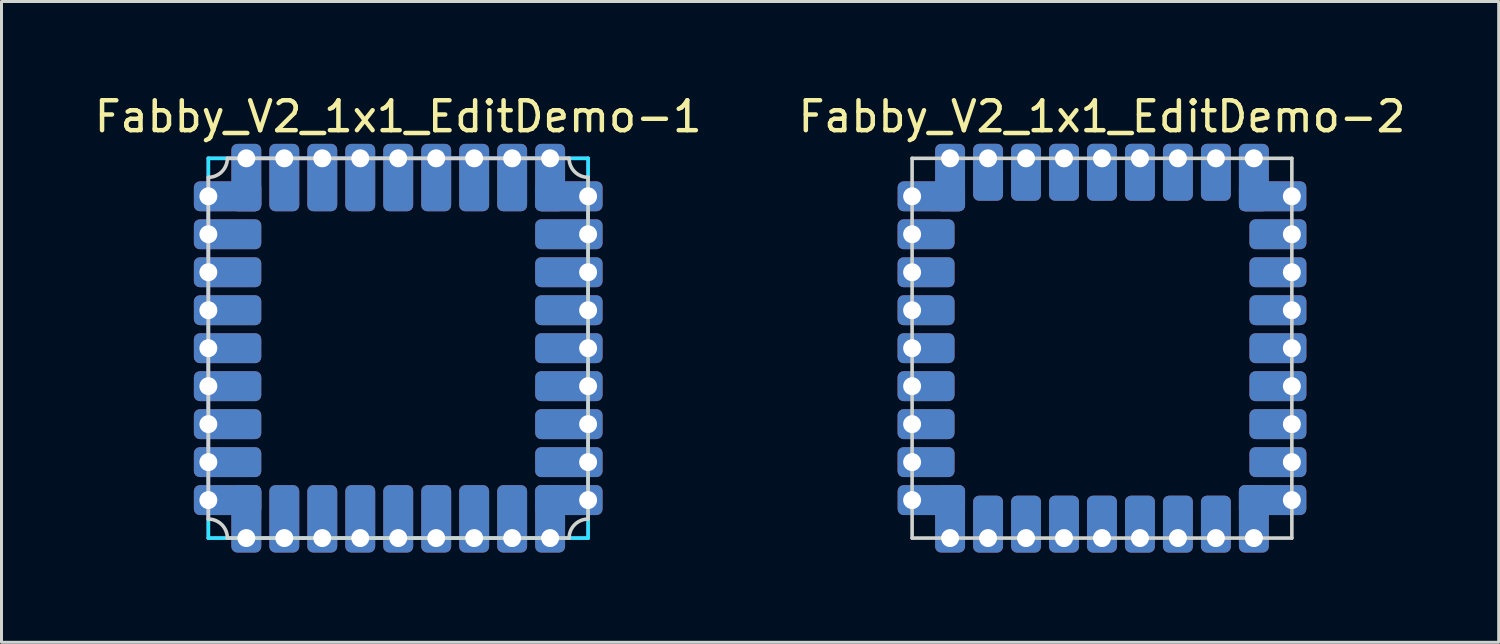
<source format=kicad_pcb>
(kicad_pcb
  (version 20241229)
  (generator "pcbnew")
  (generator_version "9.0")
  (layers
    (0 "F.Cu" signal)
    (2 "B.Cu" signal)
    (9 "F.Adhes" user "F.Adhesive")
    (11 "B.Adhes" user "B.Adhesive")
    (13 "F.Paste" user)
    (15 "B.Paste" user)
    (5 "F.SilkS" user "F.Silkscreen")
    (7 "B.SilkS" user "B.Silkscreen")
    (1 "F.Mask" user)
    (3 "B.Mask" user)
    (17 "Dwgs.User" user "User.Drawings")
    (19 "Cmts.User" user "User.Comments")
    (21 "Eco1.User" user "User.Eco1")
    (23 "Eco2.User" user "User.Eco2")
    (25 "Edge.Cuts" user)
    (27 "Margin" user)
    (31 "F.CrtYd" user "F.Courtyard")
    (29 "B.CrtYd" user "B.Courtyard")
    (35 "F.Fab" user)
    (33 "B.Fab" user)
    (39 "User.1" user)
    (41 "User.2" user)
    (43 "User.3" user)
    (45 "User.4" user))
  (footprint "Fabby_V2_1x1_EditDemo-1"
    (layer "F.Cu")
    (at 10.268 8.595)
    (property "Reference" "Fabby_V2_1x1_EditDemo-1" (at 0 -7.747 0) (layer "F.SilkS") (effects (font (size 1 1) (thickness 0.15))))
    (attr through_hole)
    (fp_line (start -6.35 -5.715) (end -6.35 5.715) (stroke (width 0.12) (type solid)) (layer "Edge.Cuts"))
    (fp_line (start -5.715 -6.35) (end 5.715 -6.35) (stroke (width 0.12) (type solid)) (layer "Edge.Cuts"))
    (fp_line (start 5.715 6.35) (end -5.715 6.35) (stroke (width 0.12) (type solid)) (layer "Edge.Cuts"))
    (fp_line (start 6.35 -5.715) (end 6.35 5.715) (stroke (width 0.12) (type solid)) (layer "Edge.Cuts"))
    (fp_arc (start -6.35 5.715) (mid -5.900987 5.900987) (end -5.715 6.35) (stroke (width 0.12) (type solid)) (layer "Edge.Cuts"))
    (fp_arc (start -5.715 -6.35) (mid -5.900987 -5.900987) (end -6.35 -5.715) (stroke (width 0.12) (type solid)) (layer "Edge.Cuts"))
    (fp_arc (start 5.715 6.35) (mid 5.900987 5.900987) (end 6.35 5.715) (stroke (width 0.12) (type solid)) (layer "Edge.Cuts"))
    (fp_arc (start 6.35 -5.715) (mid 5.900987 -5.900987) (end 5.715 -6.35) (stroke (width 0.12) (type solid)) (layer "Edge.Cuts"))
    (fp_line (start -6.35 -6.35) (end 6.35 -6.35) (stroke (width 0.12) (type solid)) (layer "B.CrtYd"))
    (fp_line (start -6.35 6.35) (end -6.35 -6.35) (stroke (width 0.12) (type solid)) (layer "B.CrtYd"))
    (fp_line (start 6.35 -6.35) (end 6.35 6.35) (stroke (width 0.12) (type solid)) (layer "B.CrtYd"))
    (fp_line (start 6.35 6.35) (end -6.35 6.35) (stroke (width 0.12) (type solid)) (layer "B.CrtYd"))
    (fp_line (start -6.35 -6.35) (end 6.35 -6.35) (stroke (width 0.12) (type solid)) (layer "F.CrtYd"))
    (fp_line (start -6.35 6.35) (end -6.35 -6.35) (stroke (width 0.12) (type solid)) (layer "F.CrtYd"))
    (fp_line (start 6.35 -6.35) (end 6.35 6.35) (stroke (width 0.12) (type solid)) (layer "F.CrtYd"))
    (fp_line (start 6.35 6.35) (end -6.35 6.35) (stroke (width 0.12) (type solid)) (layer "F.CrtYd"))
    (pad "1" thru_hole roundrect (at -6.35 -5.08 270) (size 1 2.254) (drill 0.6 (offset 0 -0.643)) (layers "*.Cu" "*.Mask") (roundrect_rratio 0.2))
    (pad "1" thru_hole roundrect (at -5.08 -6.35 180) (size 1 2.254) (drill 0.6 (offset 0 -0.643)) (layers "*.Cu" "*.Mask") (roundrect_rratio 0.2))
    (pad "2" thru_hole roundrect (at -6.35 -3.81 270) (size 1 2.254) (drill 0.6 (offset 0 -0.643)) (layers "*.Cu" "*.Mask") (roundrect_rratio 0.2))
    (pad "3" thru_hole roundrect (at -6.35 -2.54 270) (size 1 2.254) (drill 0.6 (offset 0 -0.643)) (layers "*.Cu" "*.Mask") (roundrect_rratio 0.2))
    (pad "4" thru_hole roundrect (at -6.35 -1.27 270) (size 1 2.254) (drill 0.6 (offset 0 -0.643)) (layers "*.Cu" "*.Mask") (roundrect_rratio 0.2))
    (pad "5" thru_hole roundrect (at -6.35 0 270) (size 1 2.254) (drill 0.6 (offset 0 -0.643)) (layers "*.Cu" "*.Mask") (roundrect_rratio 0.2))
    (pad "6" thru_hole roundrect (at -6.35 1.27 270) (size 1 2.254) (drill 0.6 (offset 0 -0.643)) (layers "*.Cu" "*.Mask") (roundrect_rratio 0.2))
    (pad "7" thru_hole roundrect (at -6.35 2.54 270) (size 1 2.254) (drill 0.6 (offset 0 -0.643)) (layers "*.Cu" "*.Mask") (roundrect_rratio 0.2))
    (pad "8" thru_hole roundrect (at -6.35 3.81 270) (size 1 2.254) (drill 0.6 (offset 0 -0.643)) (layers "*.Cu" "*.Mask") (roundrect_rratio 0.2))
    (pad "9" thru_hole roundrect (at -6.35 5.08 270) (size 1 2.254) (drill 0.6 (offset 0 -0.643)) (layers "*.Cu" "*.Mask") (roundrect_rratio 0.2))
    (pad "9" thru_hole roundrect (at -5.08 6.35) (size 1 2.254) (drill 0.6 (offset 0 -0.643)) (layers "*.Cu" "*.Mask") (roundrect_rratio 0.2))
    (pad "10" thru_hole roundrect (at -3.81 6.35) (size 1 2.254) (drill 0.6 (offset 0 -0.643)) (layers "*.Cu" "*.Mask") (roundrect_rratio 0.2))
    (pad "11" thru_hole roundrect (at -2.54 6.35) (size 1 2.254) (drill 0.6 (offset 0 -0.643)) (layers "*.Cu" "*.Mask") (roundrect_rratio 0.2))
    (pad "12" thru_hole roundrect (at -1.27 6.35) (size 1 2.254) (drill 0.6 (offset 0 -0.643)) (layers "*.Cu" "*.Mask") (roundrect_rratio 0.2))
    (pad "13" thru_hole roundrect (at 0 6.35) (size 1 2.254) (drill 0.6 (offset 0 -0.643)) (layers "*.Cu" "*.Mask") (roundrect_rratio 0.2))
    (pad "14" thru_hole roundrect (at 1.27 6.35) (size 1 2.254) (drill 0.6 (offset 0 -0.643)) (layers "*.Cu" "*.Mask") (roundrect_rratio 0.2))
    (pad "15" thru_hole roundrect (at 2.54 6.35) (size 1 2.254) (drill 0.6 (offset 0 -0.643)) (layers "*.Cu" "*.Mask") (roundrect_rratio 0.2))
    (pad "16" thru_hole roundrect (at 3.81 6.35) (size 1 2.254) (drill 0.6 (offset 0 -0.643)) (layers "*.Cu" "*.Mask") (roundrect_rratio 0.2))
    (pad "17" thru_hole roundrect (at 5.08 6.35) (size 1 2.254) (drill 0.6 (offset 0 -0.643)) (layers "*.Cu" "*.Mask") (roundrect_rratio 0.2))
    (pad "17" thru_hole roundrect (at 6.35 5.08 90) (size 1 2.254) (drill 0.6 (offset 0 -0.643)) (layers "*.Cu" "*.Mask") (roundrect_rratio 0.2))
    (pad "18" thru_hole roundrect (at 6.35 3.81 90) (size 1 2.254) (drill 0.6 (offset 0 -0.643)) (layers "*.Cu" "*.Mask") (roundrect_rratio 0.2))
    (pad "19" thru_hole roundrect (at 6.35 2.54 90) (size 1 2.254) (drill 0.6 (offset 0 -0.643)) (layers "*.Cu" "*.Mask") (roundrect_rratio 0.2))
    (pad "20" thru_hole roundrect (at 6.35 1.27 90) (size 1 2.254) (drill 0.6 (offset 0 -0.643)) (layers "*.Cu" "*.Mask") (roundrect_rratio 0.2))
    (pad "21" thru_hole roundrect (at 6.35 0 90) (size 1 2.254) (drill 0.6 (offset 0 -0.643)) (layers "*.Cu" "*.Mask") (roundrect_rratio 0.2))
    (pad "22" thru_hole roundrect (at 6.35 -1.27 90) (size 1 2.254) (drill 0.6 (offset 0 -0.643)) (layers "*.Cu" "*.Mask") (roundrect_rratio 0.2))
    (pad "23" thru_hole roundrect (at 6.35 -2.54 90) (size 1 2.254) (drill 0.6 (offset 0 -0.643)) (layers "*.Cu" "*.Mask") (roundrect_rratio 0.2))
    (pad "24" thru_hole roundrect (at 6.35 -3.81 90) (size 1 2.254) (drill 0.6 (offset 0 -0.643)) (layers "*.Cu" "*.Mask") (roundrect_rratio 0.2))
    (pad "25" thru_hole roundrect (at 5.08 -6.35 180) (size 1 2.254) (drill 0.6 (offset 0 -0.643)) (layers "*.Cu" "*.Mask") (roundrect_rratio 0.2))
    (pad "25" thru_hole roundrect (at 6.35 -5.08 90) (size 1 2.254) (drill 0.6 (offset 0 -0.643)) (layers "*.Cu" "*.Mask") (roundrect_rratio 0.2))
    (pad "26" thru_hole roundrect (at 3.81 -6.35 180) (size 1 2.254) (drill 0.6 (offset 0 -0.643)) (layers "*.Cu" "*.Mask") (roundrect_rratio 0.2))
    (pad "27" thru_hole roundrect (at 2.54 -6.35 180) (size 1 2.254) (drill 0.6 (offset 0 -0.643)) (layers "*.Cu" "*.Mask") (roundrect_rratio 0.2))
    (pad "28" thru_hole roundrect (at 1.27 -6.35 180) (size 1 2.254) (drill 0.6 (offset 0 -0.643)) (layers "*.Cu" "*.Mask") (roundrect_rratio 0.2))
    (pad "29" thru_hole roundrect (at 0 -6.35 180) (size 1 2.254) (drill 0.6 (offset 0 -0.643)) (layers "*.Cu" "*.Mask") (roundrect_rratio 0.2))
    (pad "30" thru_hole roundrect (at -1.27 -6.35 180) (size 1 2.254) (drill 0.6 (offset 0 -0.643)) (layers "*.Cu" "*.Mask") (roundrect_rratio 0.2))
    (pad "31" thru_hole roundrect (at -2.54 -6.35 180) (size 1 2.254) (drill 0.6 (offset 0 -0.643)) (layers "*.Cu" "*.Mask") (roundrect_rratio 0.2))
    (pad "32" thru_hole roundrect (at -3.81 -6.35 180) (size 1 2.254) (drill 0.6 (offset 0 -0.643)) (layers "*.Cu" "*.Mask") (roundrect_rratio 0.2)))
  (footprint "Fabby_V2_1x1_EditDemo-2"
    (layer "F.Cu")
    (at 33.804 8.595)
    (property "Reference" "Fabby_V2_1x1_EditDemo-2" (at 0 -7.747 0) (layer "F.SilkS") (effects (font (size 1 1) (thickness 0.15))))
    (attr through_hole)
    (fp_line (start -6.35 -6.35) (end -6.35 6.35) (stroke (width 0.12) (type solid)) (layer "Edge.Cuts"))
    (fp_line (start -6.35 -6.35) (end 6.35 -6.35) (stroke (width 0.12) (type solid)) (layer "Edge.Cuts"))
    (fp_line (start 6.35 -6.35) (end 6.35 6.35) (stroke (width 0.12) (type solid)) (layer "Edge.Cuts"))
    (fp_line (start 6.35 6.35) (end -6.35 6.35) (stroke (width 0.12) (type solid)) (layer "Edge.Cuts"))
    (pad "1" thru_hole roundrect (at -6.35 -5.08 270) (size 1 2.254) (drill 0.6 (offset 0 -0.643)) (layers "*.Cu" "*.Mask") (roundrect_rratio 0.2))
    (pad "1" thru_hole roundrect (at -5.08 -6.35 180) (size 1 2.254) (drill 0.6 (offset 0 -0.643)) (layers "*.Cu" "*.Mask") (roundrect_rratio 0.2))
    (pad "2" thru_hole roundrect (at -6.35 -3.81 270) (size 1 1.905) (drill 0.6 (offset 0 -0.466)) (layers "*.Cu" "*.Mask") (roundrect_rratio 0.2))
    (pad "3" thru_hole roundrect (at -6.35 -2.54 270) (size 1 1.905) (drill 0.6 (offset 0 -0.466)) (layers "*.Cu" "*.Mask") (roundrect_rratio 0.2))
    (pad "4" thru_hole roundrect (at -6.35 -1.27 270) (size 1 1.905) (drill 0.6 (offset 0 -0.466)) (layers "*.Cu" "*.Mask") (roundrect_rratio 0.2))
    (pad "5" thru_hole roundrect (at -6.35 0 270) (size 1 1.905) (drill 0.6 (offset 0 -0.466)) (layers "*.Cu" "*.Mask") (roundrect_rratio 0.2))
    (pad "6" thru_hole roundrect (at -6.35 1.27 270) (size 1 1.905) (drill 0.6 (offset 0 -0.466)) (layers "*.Cu" "*.Mask") (roundrect_rratio 0.2))
    (pad "7" thru_hole roundrect (at -6.35 2.54 270) (size 1 1.905) (drill 0.6 (offset 0 -0.466)) (layers "*.Cu" "*.Mask") (roundrect_rratio 0.2))
    (pad "8" thru_hole roundrect (at -6.35 3.81 270) (size 1 1.905) (drill 0.6 (offset 0 -0.466)) (layers "*.Cu" "*.Mask") (roundrect_rratio 0.2))
    (pad "9" thru_hole roundrect (at -6.35 5.08 270) (size 1 2.254) (drill 0.6 (offset 0 -0.643)) (layers "*.Cu" "*.Mask") (roundrect_rratio 0.2))
    (pad "9" thru_hole roundrect (at -5.08 6.35) (size 1 2.254) (drill 0.6 (offset 0 -0.643)) (layers "*.Cu" "*.Mask") (roundrect_rratio 0.2))
    (pad "10" thru_hole roundrect (at -3.81 6.35) (size 1 1.905) (drill 0.6 (offset 0 -0.466)) (layers "*.Cu" "*.Mask") (roundrect_rratio 0.2))
    (pad "11" thru_hole roundrect (at -2.54 6.35) (size 1 1.905) (drill 0.6 (offset 0 -0.466)) (layers "*.Cu" "*.Mask") (roundrect_rratio 0.2))
    (pad "12" thru_hole roundrect (at -1.27 6.35) (size 1 1.905) (drill 0.6 (offset 0 -0.466)) (layers "*.Cu" "*.Mask") (roundrect_rratio 0.2))
    (pad "13" thru_hole roundrect (at 0 6.35) (size 1 1.905) (drill 0.6 (offset 0 -0.466)) (layers "*.Cu" "*.Mask") (roundrect_rratio 0.2))
    (pad "14" thru_hole roundrect (at 1.27 6.35) (size 1 1.905) (drill 0.6 (offset 0 -0.466)) (layers "*.Cu" "*.Mask") (roundrect_rratio 0.2))
    (pad "15" thru_hole roundrect (at 2.54 6.35) (size 1 1.905) (drill 0.6 (offset 0 -0.466)) (layers "*.Cu" "*.Mask") (roundrect_rratio 0.2))
    (pad "16" thru_hole roundrect (at 3.81 6.35) (size 1 1.905) (drill 0.6 (offset 0 -0.466)) (layers "*.Cu" "*.Mask") (roundrect_rratio 0.2))
    (pad "17" thru_hole roundrect (at 5.08 6.35) (size 1 2.254) (drill 0.6 (offset 0 -0.643)) (layers "*.Cu" "*.Mask") (roundrect_rratio 0.2))
    (pad "17" thru_hole roundrect (at 6.35 5.08 90) (size 1 2.254) (drill 0.6 (offset 0 -0.643)) (layers "*.Cu" "*.Mask") (roundrect_rratio 0.2))
    (pad "18" thru_hole roundrect (at 6.35 3.81 90) (size 1 1.905) (drill 0.6 (offset 0 -0.466)) (layers "*.Cu" "*.Mask") (roundrect_rratio 0.2))
    (pad "19" thru_hole roundrect (at 6.35 2.54 90) (size 1 1.905) (drill 0.6 (offset 0 -0.466)) (layers "*.Cu" "*.Mask") (roundrect_rratio 0.2))
    (pad "20" thru_hole roundrect (at 6.35 1.27 90) (size 1 1.905) (drill 0.6 (offset 0 -0.466)) (layers "*.Cu" "*.Mask") (roundrect_rratio 0.2))
    (pad "21" thru_hole roundrect (at 6.35 0 90) (size 1 1.905) (drill 0.6 (offset 0 -0.466)) (layers "*.Cu" "*.Mask") (roundrect_rratio 0.2))
    (pad "22" thru_hole roundrect (at 6.35 -1.27 90) (size 1 1.905) (drill 0.6 (offset 0 -0.466)) (layers "*.Cu" "*.Mask") (roundrect_rratio 0.2))
    (pad "23" thru_hole roundrect (at 6.35 -2.54 90) (size 1 1.905) (drill 0.6 (offset 0 -0.466)) (layers "*.Cu" "*.Mask") (roundrect_rratio 0.2))
    (pad "24" thru_hole roundrect (at 6.35 -3.81 90) (size 1 1.905) (drill 0.6 (offset 0 -0.466)) (layers "*.Cu" "*.Mask") (roundrect_rratio 0.2))
    (pad "25" thru_hole roundrect (at 5.08 -6.35 180) (size 1 2.254) (drill 0.6 (offset 0 -0.643)) (layers "*.Cu" "*.Mask") (roundrect_rratio 0.2))
    (pad "25" thru_hole roundrect (at 6.35 -5.08 90) (size 1 2.254) (drill 0.6 (offset 0 -0.643)) (layers "*.Cu" "*.Mask") (roundrect_rratio 0.2))
    (pad "26" thru_hole roundrect (at 3.81 -6.35 180) (size 1 1.905) (drill 0.6 (offset 0 -0.466)) (layers "*.Cu" "*.Mask") (roundrect_rratio 0.2))
    (pad "27" thru_hole roundrect (at 2.54 -6.35 180) (size 1 1.905) (drill 0.6 (offset 0 -0.466)) (layers "*.Cu" "*.Mask") (roundrect_rratio 0.2))
    (pad "28" thru_hole roundrect (at 1.27 -6.35 180) (size 1 1.905) (drill 0.6 (offset 0 -0.466)) (layers "*.Cu" "*.Mask") (roundrect_rratio 0.2))
    (pad "29" thru_hole roundrect (at 0 -6.35 180) (size 1 1.905) (drill 0.6 (offset 0 -0.466)) (layers "*.Cu" "*.Mask") (roundrect_rratio 0.2))
    (pad "30" thru_hole roundrect (at -1.27 -6.35 180) (size 1 1.905) (drill 0.6 (offset 0 -0.466)) (layers "*.Cu" "*.Mask") (roundrect_rratio 0.2))
    (pad "31" thru_hole roundrect (at -2.54 -6.35 180) (size 1 1.905) (drill 0.6 (offset 0 -0.466)) (layers "*.Cu" "*.Mask") (roundrect_rratio 0.2))
    (pad "32" thru_hole roundrect (at -3.81 -6.35 180) (size 1 1.905) (drill 0.6 (offset 0 -0.466)) (layers "*.Cu" "*.Mask") (roundrect_rratio 0.2)))
  (gr_rect
    (start -3 -3)
    (end 47.071 18.431)
    (stroke (width 0.1) (type default))
    (fill no)
    (layer "Edge.Cuts")))
</source>
